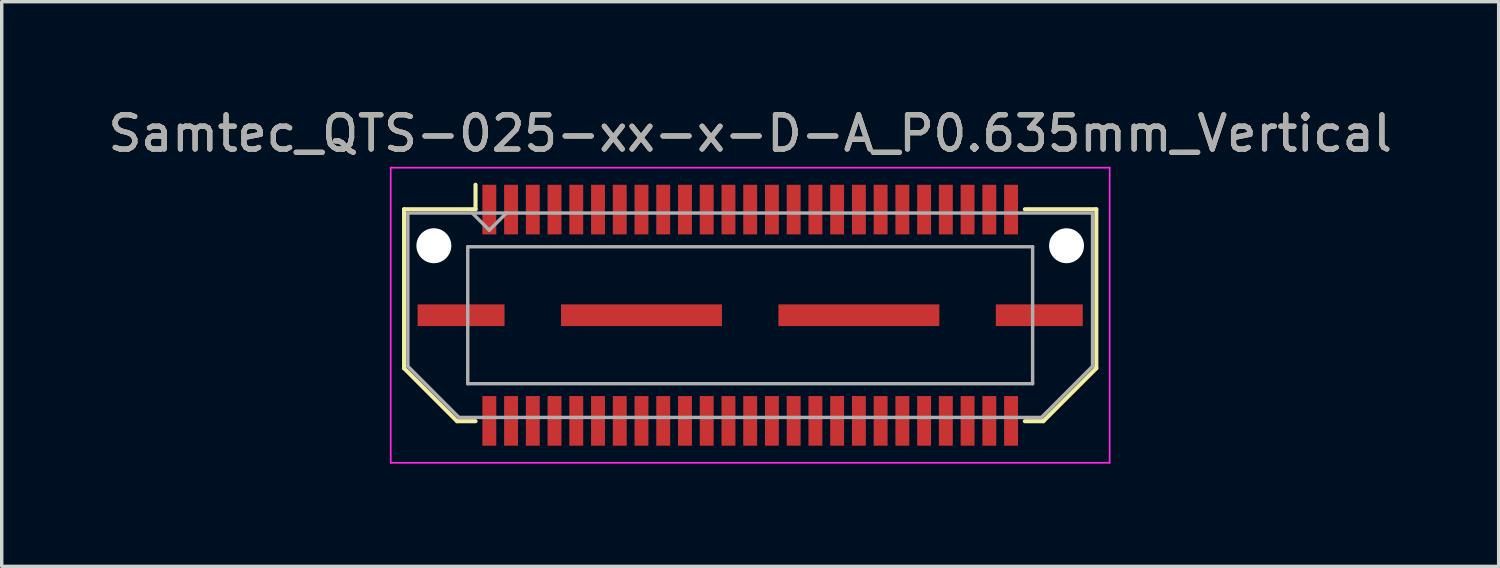
<source format=kicad_pcb>
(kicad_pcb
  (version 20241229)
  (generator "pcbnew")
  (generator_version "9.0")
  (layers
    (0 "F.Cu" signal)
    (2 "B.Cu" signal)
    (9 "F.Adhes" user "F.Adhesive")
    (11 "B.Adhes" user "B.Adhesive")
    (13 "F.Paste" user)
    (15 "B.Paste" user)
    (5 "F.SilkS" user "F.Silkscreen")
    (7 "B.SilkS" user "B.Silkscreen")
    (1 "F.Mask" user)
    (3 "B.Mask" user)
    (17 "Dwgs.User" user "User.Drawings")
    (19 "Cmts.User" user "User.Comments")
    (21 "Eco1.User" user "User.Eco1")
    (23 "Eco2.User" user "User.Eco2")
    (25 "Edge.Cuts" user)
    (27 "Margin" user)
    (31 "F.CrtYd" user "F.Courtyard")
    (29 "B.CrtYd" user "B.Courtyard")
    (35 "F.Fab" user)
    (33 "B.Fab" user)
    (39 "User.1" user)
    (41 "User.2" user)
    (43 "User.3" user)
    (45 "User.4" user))
  (footprint "Samtec_QTS-025-xx-x-D-A_P0.635mm_Vertical"
    (layer "F.Cu")
    (at 18.863 6.158)
    (property "Reference" "Samtec_QTS-025-xx-x-D-A_P0.635mm_Vertical" (at 0 -5.31 0) (layer "F.SilkS") (effects (font (size 1 1) (thickness 0.15))))
    (attr smd)
    (fp_line (start -10.11 -3.095) (end -10.11 1.548) (stroke (width 0.12) (type solid)) (layer "F.SilkS"))
    (fp_line (start -10.11 1.548) (end -8.562 3.095) (stroke (width 0.12) (type solid)) (layer "F.SilkS"))
    (fp_line (start -8.562 3.095) (end -8.023 3.095) (stroke (width 0.12) (type solid)) (layer "F.SilkS"))
    (fp_line (start -8.023 -3.811) (end -8.023 -3.095) (stroke (width 0.12) (type solid)) (layer "F.SilkS"))
    (fp_line (start -8.023 -3.095) (end -10.11 -3.095) (stroke (width 0.12) (type solid)) (layer "F.SilkS"))
    (fp_line (start 8.023 -3.095) (end 10.11 -3.095) (stroke (width 0.12) (type solid)) (layer "F.SilkS"))
    (fp_line (start 8.562 3.095) (end 8.023 3.095) (stroke (width 0.12) (type solid)) (layer "F.SilkS"))
    (fp_line (start 10.11 -3.095) (end 10.11 1.548) (stroke (width 0.12) (type solid)) (layer "F.SilkS"))
    (fp_line (start 10.11 1.548) (end 8.562 3.095) (stroke (width 0.12) (type solid)) (layer "F.SilkS"))
    (fp_line (start -10.5 -4.31) (end -10.5 4.31) (stroke (width 0.05) (type solid)) (layer "F.CrtYd"))
    (fp_line (start -10.5 4.31) (end 10.5 4.31) (stroke (width 0.05) (type solid)) (layer "F.CrtYd"))
    (fp_line (start 10.5 -4.31) (end -10.5 -4.31) (stroke (width 0.05) (type solid)) (layer "F.CrtYd"))
    (fp_line (start 10.5 4.31) (end 10.5 -4.31) (stroke (width 0.05) (type solid)) (layer "F.CrtYd"))
    (fp_line (start -10 -2.985) (end -10 1.492) (stroke (width 0.1) (type solid)) (layer "F.Fab"))
    (fp_line (start -10 -2.985) (end 10 -2.985) (stroke (width 0.1) (type solid)) (layer "F.Fab"))
    (fp_line (start -10 1.492) (end -8.508 2.985) (stroke (width 0.1) (type solid)) (layer "F.Fab"))
    (fp_line (start -8.508 2.985) (end 8.508 2.985) (stroke (width 0.1) (type solid)) (layer "F.Fab"))
    (fp_line (start -8.25 -2) (end -8.25 2) (stroke (width 0.1) (type solid)) (layer "F.Fab"))
    (fp_line (start -8.25 2) (end 8.25 2) (stroke (width 0.1) (type solid)) (layer "F.Fab"))
    (fp_line (start -7.62 -2.485) (end -8.12 -2.985) (stroke (width 0.1) (type solid)) (layer "F.Fab"))
    (fp_line (start -7.12 -2.985) (end -7.62 -2.485) (stroke (width 0.1) (type solid)) (layer "F.Fab"))
    (fp_line (start 8.25 -2) (end -8.25 -2) (stroke (width 0.1) (type solid)) (layer "F.Fab"))
    (fp_line (start 8.25 2) (end 8.25 -2) (stroke (width 0.1) (type solid)) (layer "F.Fab"))
    (fp_line (start 10 -2.985) (end 10 1.492) (stroke (width 0.1) (type solid)) (layer "F.Fab"))
    (fp_line (start 10 1.492) (end 8.508 2.985) (stroke (width 0.1) (type solid)) (layer "F.Fab"))
    (fp_text user "${REFERENCE}" (at 0 -5.31 0) (layer "F.Fab") (effects (font (size 1 1) (thickness 0.15))))
    (pad "" np_thru_hole circle (at -9.24 -2.03) (size 1.02 1.02) (drill 1.02) (layers "*.Cu" "*.Mask"))
    (pad "" np_thru_hole circle (at 9.24 -2.03) (size 1.02 1.02) (drill 1.02) (layers "*.Cu" "*.Mask"))
    (pad "1" smd rect (at -7.62 -3.086) (size 0.406 1.45) (layers "F.Cu" "F.Mask" "F.Paste"))
    (pad "2" smd rect (at -7.62 3.086) (size 0.406 1.45) (layers "F.Cu" "F.Mask" "F.Paste"))
    (pad "3" smd rect (at -6.985 -3.086) (size 0.406 1.45) (layers "F.Cu" "F.Mask" "F.Paste"))
    (pad "4" smd rect (at -6.985 3.086) (size 0.406 1.45) (layers "F.Cu" "F.Mask" "F.Paste"))
    (pad "5" smd rect (at -6.35 -3.086) (size 0.406 1.45) (layers "F.Cu" "F.Mask" "F.Paste"))
    (pad "6" smd rect (at -6.35 3.086) (size 0.406 1.45) (layers "F.Cu" "F.Mask" "F.Paste"))
    (pad "7" smd rect (at -5.715 -3.086) (size 0.406 1.45) (layers "F.Cu" "F.Mask" "F.Paste"))
    (pad "8" smd rect (at -5.715 3.086) (size 0.406 1.45) (layers "F.Cu" "F.Mask" "F.Paste"))
    (pad "9" smd rect (at -5.08 -3.086) (size 0.406 1.45) (layers "F.Cu" "F.Mask" "F.Paste"))
    (pad "10" smd rect (at -5.08 3.086) (size 0.406 1.45) (layers "F.Cu" "F.Mask" "F.Paste"))
    (pad "11" smd rect (at -4.445 -3.086) (size 0.406 1.45) (layers "F.Cu" "F.Mask" "F.Paste"))
    (pad "12" smd rect (at -4.445 3.086) (size 0.406 1.45) (layers "F.Cu" "F.Mask" "F.Paste"))
    (pad "13" smd rect (at -3.81 -3.086) (size 0.406 1.45) (layers "F.Cu" "F.Mask" "F.Paste"))
    (pad "14" smd rect (at -3.81 3.086) (size 0.406 1.45) (layers "F.Cu" "F.Mask" "F.Paste"))
    (pad "15" smd rect (at -3.175 -3.086) (size 0.406 1.45) (layers "F.Cu" "F.Mask" "F.Paste"))
    (pad "16" smd rect (at -3.175 3.086) (size 0.406 1.45) (layers "F.Cu" "F.Mask" "F.Paste"))
    (pad "17" smd rect (at -2.54 -3.086) (size 0.406 1.45) (layers "F.Cu" "F.Mask" "F.Paste"))
    (pad "18" smd rect (at -2.54 3.086) (size 0.406 1.45) (layers "F.Cu" "F.Mask" "F.Paste"))
    (pad "19" smd rect (at -1.905 -3.086) (size 0.406 1.45) (layers "F.Cu" "F.Mask" "F.Paste"))
    (pad "20" smd rect (at -1.905 3.086) (size 0.406 1.45) (layers "F.Cu" "F.Mask" "F.Paste"))
    (pad "21" smd rect (at -1.27 -3.086) (size 0.406 1.45) (layers "F.Cu" "F.Mask" "F.Paste"))
    (pad "22" smd rect (at -1.27 3.086) (size 0.406 1.45) (layers "F.Cu" "F.Mask" "F.Paste"))
    (pad "23" smd rect (at -0.635 -3.086) (size 0.406 1.45) (layers "F.Cu" "F.Mask" "F.Paste"))
    (pad "24" smd rect (at -0.635 3.086) (size 0.406 1.45) (layers "F.Cu" "F.Mask" "F.Paste"))
    (pad "25" smd rect (at 0 -3.086) (size 0.406 1.45) (layers "F.Cu" "F.Mask" "F.Paste"))
    (pad "26" smd rect (at 0 3.086) (size 0.406 1.45) (layers "F.Cu" "F.Mask" "F.Paste"))
    (pad "27" smd rect (at 0.635 -3.086) (size 0.406 1.45) (layers "F.Cu" "F.Mask" "F.Paste"))
    (pad "28" smd rect (at 0.635 3.086) (size 0.406 1.45) (layers "F.Cu" "F.Mask" "F.Paste"))
    (pad "29" smd rect (at 1.27 -3.086) (size 0.406 1.45) (layers "F.Cu" "F.Mask" "F.Paste"))
    (pad "30" smd rect (at 1.27 3.086) (size 0.406 1.45) (layers "F.Cu" "F.Mask" "F.Paste"))
    (pad "31" smd rect (at 1.905 -3.086) (size 0.406 1.45) (layers "F.Cu" "F.Mask" "F.Paste"))
    (pad "32" smd rect (at 1.905 3.086) (size 0.406 1.45) (layers "F.Cu" "F.Mask" "F.Paste"))
    (pad "33" smd rect (at 2.54 -3.086) (size 0.406 1.45) (layers "F.Cu" "F.Mask" "F.Paste"))
    (pad "34" smd rect (at 2.54 3.086) (size 0.406 1.45) (layers "F.Cu" "F.Mask" "F.Paste"))
    (pad "35" smd rect (at 3.175 -3.086) (size 0.406 1.45) (layers "F.Cu" "F.Mask" "F.Paste"))
    (pad "36" smd rect (at 3.175 3.086) (size 0.406 1.45) (layers "F.Cu" "F.Mask" "F.Paste"))
    (pad "37" smd rect (at 3.81 -3.086) (size 0.406 1.45) (layers "F.Cu" "F.Mask" "F.Paste"))
    (pad "38" smd rect (at 3.81 3.086) (size 0.406 1.45) (layers "F.Cu" "F.Mask" "F.Paste"))
    (pad "39" smd rect (at 4.445 -3.086) (size 0.406 1.45) (layers "F.Cu" "F.Mask" "F.Paste"))
    (pad "40" smd rect (at 4.445 3.086) (size 0.406 1.45) (layers "F.Cu" "F.Mask" "F.Paste"))
    (pad "41" smd rect (at 5.08 -3.086) (size 0.406 1.45) (layers "F.Cu" "F.Mask" "F.Paste"))
    (pad "42" smd rect (at 5.08 3.086) (size 0.406 1.45) (layers "F.Cu" "F.Mask" "F.Paste"))
    (pad "43" smd rect (at 5.715 -3.086) (size 0.406 1.45) (layers "F.Cu" "F.Mask" "F.Paste"))
    (pad "44" smd rect (at 5.715 3.086) (size 0.406 1.45) (layers "F.Cu" "F.Mask" "F.Paste"))
    (pad "45" smd rect (at 6.35 -3.086) (size 0.406 1.45) (layers "F.Cu" "F.Mask" "F.Paste"))
    (pad "46" smd rect (at 6.35 3.086) (size 0.406 1.45) (layers "F.Cu" "F.Mask" "F.Paste"))
    (pad "47" smd rect (at 6.985 -3.086) (size 0.406 1.45) (layers "F.Cu" "F.Mask" "F.Paste"))
    (pad "48" smd rect (at 6.985 3.086) (size 0.406 1.45) (layers "F.Cu" "F.Mask" "F.Paste"))
    (pad "49" smd rect (at 7.62 -3.086) (size 0.406 1.45) (layers "F.Cu" "F.Mask" "F.Paste"))
    (pad "50" smd rect (at 7.62 3.086) (size 0.406 1.45) (layers "F.Cu" "F.Mask" "F.Paste"))
    (pad "P1" smd rect (at -8.445 0) (size 2.54 0.635) (layers "F.Cu" "F.Mask" "F.Paste"))
    (pad "P1" smd rect (at -3.175 0) (size 4.7 0.635) (layers "F.Cu" "F.Mask" "F.Paste"))
    (pad "P1" smd rect (at 3.175 0) (size 4.7 0.635) (layers "F.Cu" "F.Mask" "F.Paste"))
    (pad "P1" smd rect (at 8.445 0) (size 2.54 0.635) (layers "F.Cu" "F.Mask" "F.Paste")))
  (gr_rect
    (start -3 -3)
    (end 40.726 13.493)
    (stroke (width 0.1) (type default))
    (fill no)
    (layer "Edge.Cuts")))
</source>
